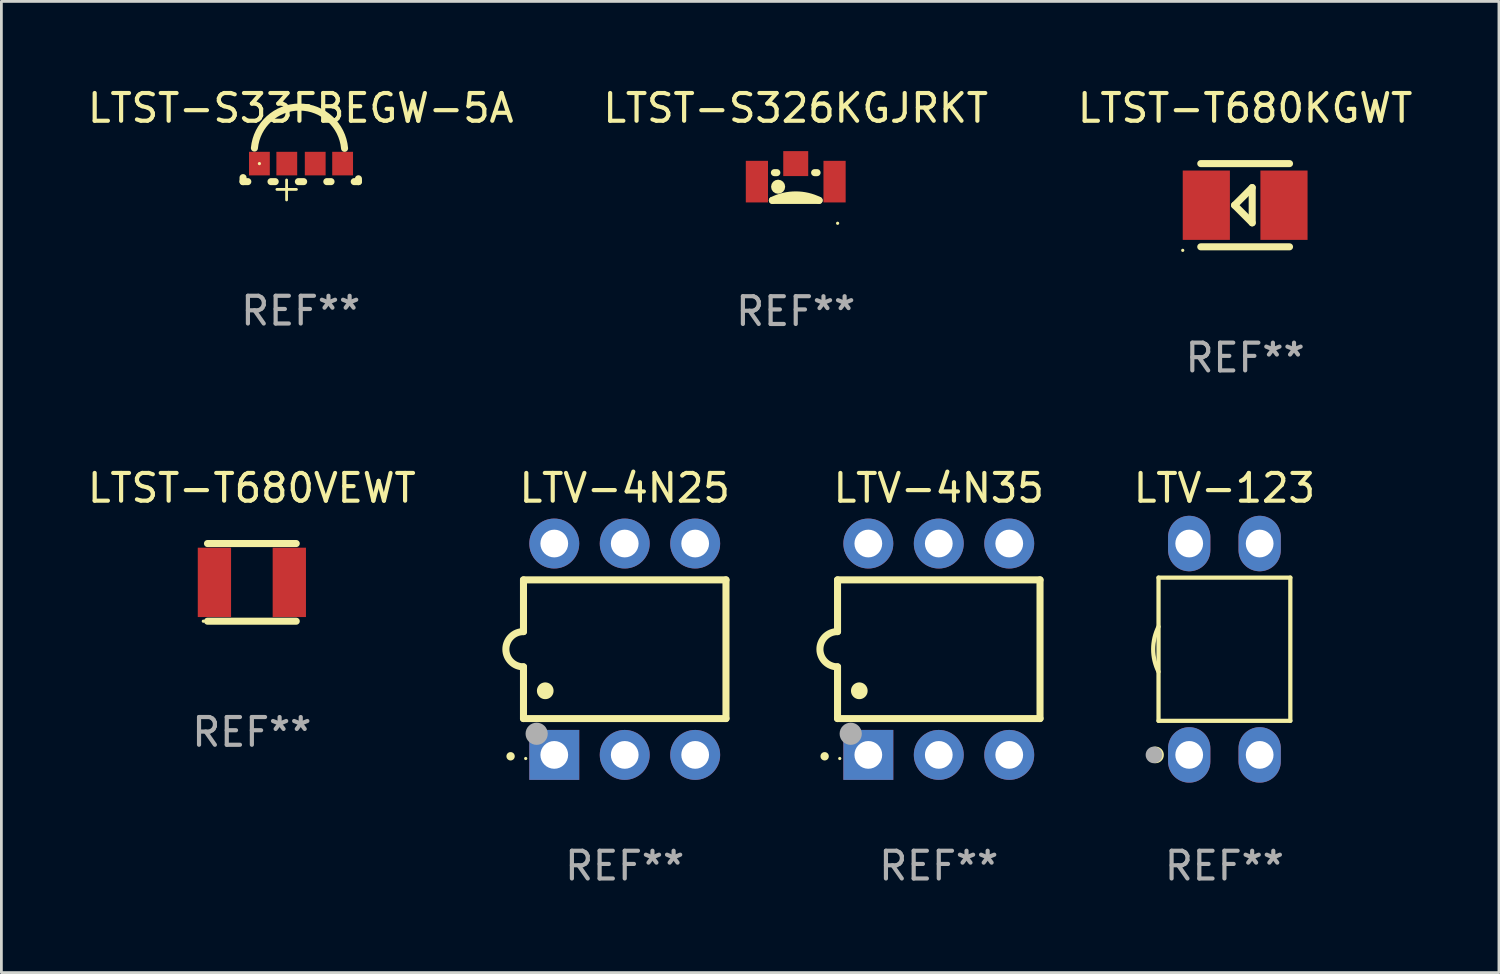
<source format=kicad_pcb>
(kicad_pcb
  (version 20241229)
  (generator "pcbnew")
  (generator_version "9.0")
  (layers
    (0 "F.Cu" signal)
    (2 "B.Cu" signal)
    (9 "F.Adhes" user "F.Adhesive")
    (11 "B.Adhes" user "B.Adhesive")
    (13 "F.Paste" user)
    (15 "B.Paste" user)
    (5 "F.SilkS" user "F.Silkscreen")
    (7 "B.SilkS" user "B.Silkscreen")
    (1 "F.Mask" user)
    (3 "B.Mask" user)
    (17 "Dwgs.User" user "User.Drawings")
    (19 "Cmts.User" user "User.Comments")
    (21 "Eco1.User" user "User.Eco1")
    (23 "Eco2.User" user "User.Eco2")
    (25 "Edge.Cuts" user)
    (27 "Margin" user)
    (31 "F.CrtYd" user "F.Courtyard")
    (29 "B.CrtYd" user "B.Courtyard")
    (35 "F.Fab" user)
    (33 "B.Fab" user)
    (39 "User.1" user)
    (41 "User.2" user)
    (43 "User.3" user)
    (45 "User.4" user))
  (footprint "LTV-4N25"
    (layer "F.Cu")
    (at 19.472 20.355)
    (property "Reference" "LTV-4N25" (at 0 -5.81 0) (layer "F.SilkS") (effects (font (size 1 1) (thickness 0.15))))
    (attr through_hole)
    (fp_line (start -3.65 -2.5) (end 3.65 -2.5) (stroke (width 0.254) (type solid)) (layer "F.SilkS"))
    (fp_line (start -3.65 -0.635) (end -3.65 -2.5) (stroke (width 0.254) (type solid)) (layer "F.SilkS"))
    (fp_line (start -3.65 0.635) (end -3.65 2.5) (stroke (width 0.254) (type solid)) (layer "F.SilkS"))
    (fp_line (start -3.65 2.5) (end 3.65 2.5) (stroke (width 0.254) (type solid)) (layer "F.SilkS"))
    (fp_line (start 3.65 -2.5) (end 3.65 2.5) (stroke (width 0.254) (type solid)) (layer "F.SilkS"))
    (fp_arc (start -4.114808 3.860808) (mid -4.114813 3.859538) (end -4.114808 3.858268) (stroke (width 0.3) (type solid)) (layer "F.SilkS"))
    (fp_arc (start -3.650013 0.635001) (mid -4.285014 0) (end -3.650013 -0.635001) (stroke (width 0.254001) (type solid)) (layer "F.SilkS"))
    (fp_arc (start -2.865405 1.501143) (mid -2.865416 1.498603) (end -2.865405 1.496063) (stroke (width 0.6) (type solid)) (layer "F.SilkS"))
    (fp_circle (center -3.57 3.94) (end -3.54 3.94) (stroke (width 0.06) (type solid)) (fill no) (layer "F.SilkS"))
    (fp_circle (center -3.175 3.048) (end -2.975 3.048) (stroke (width 0.4) (type solid)) (fill no) (layer "F.Fab"))
    (fp_text user "REF**" (at 0 7.81 0) (layer "F.Fab") (effects (font (size 1 1) (thickness 0.15))))
    (pad "1" thru_hole rect (at -2.54 3.81 90) (size 1.8 1.8) (drill 1) (layers "*.Cu" "*.Mask"))
    (pad "2" thru_hole circle (at 0 3.81) (size 1.8 1.8) (drill 1) (layers "*.Cu" "*.Mask"))
    (pad "3" thru_hole circle (at 2.54 3.81) (size 1.8 1.8) (drill 1) (layers "*.Cu" "*.Mask"))
    (pad "4" thru_hole circle (at 2.54 -3.81) (size 1.8 1.8) (drill 1) (layers "*.Cu" "*.Mask"))
    (pad "5" thru_hole circle (at 0 -3.81) (size 1.8 1.8) (drill 1) (layers "*.Cu" "*.Mask"))
    (pad "6" thru_hole circle (at -2.54 -3.81) (size 1.8 1.8) (drill 1) (layers "*.Cu" "*.Mask")))
  (footprint "LTV-4N35"
    (layer "F.Cu")
    (at 30.794 20.355)
    (property "Reference" "LTV-4N35" (at 0 -5.81 0) (layer "F.SilkS") (effects (font (size 1 1) (thickness 0.15))))
    (attr through_hole)
    (fp_line (start -3.65 -2.5) (end 3.65 -2.5) (stroke (width 0.254) (type solid)) (layer "F.SilkS"))
    (fp_line (start -3.65 -0.635) (end -3.65 -2.5) (stroke (width 0.254) (type solid)) (layer "F.SilkS"))
    (fp_line (start -3.65 0.635) (end -3.65 2.5) (stroke (width 0.254) (type solid)) (layer "F.SilkS"))
    (fp_line (start -3.65 2.5) (end 3.65 2.5) (stroke (width 0.254) (type solid)) (layer "F.SilkS"))
    (fp_line (start 3.65 -2.5) (end 3.65 2.5) (stroke (width 0.254) (type solid)) (layer "F.SilkS"))
    (fp_arc (start -4.114808 3.860808) (mid -4.114813 3.859538) (end -4.114808 3.858268) (stroke (width 0.3) (type solid)) (layer "F.SilkS"))
    (fp_arc (start -3.650013 0.635001) (mid -4.285014 0) (end -3.650013 -0.635001) (stroke (width 0.254001) (type solid)) (layer "F.SilkS"))
    (fp_arc (start -2.865405 1.501143) (mid -2.865416 1.498603) (end -2.865405 1.496063) (stroke (width 0.6) (type solid)) (layer "F.SilkS"))
    (fp_circle (center -3.57 3.94) (end -3.54 3.94) (stroke (width 0.06) (type solid)) (fill no) (layer "F.SilkS"))
    (fp_circle (center -3.175 3.048) (end -2.975 3.048) (stroke (width 0.4) (type solid)) (fill no) (layer "F.Fab"))
    (fp_text user "REF**" (at 0 7.81 0) (layer "F.Fab") (effects (font (size 1 1) (thickness 0.15))))
    (pad "1" thru_hole rect (at -2.54 3.81 90) (size 1.8 1.8) (drill 1) (layers "*.Cu" "*.Mask"))
    (pad "2" thru_hole circle (at 0 3.81) (size 1.8 1.8) (drill 1) (layers "*.Cu" "*.Mask"))
    (pad "3" thru_hole circle (at 2.54 3.81) (size 1.8 1.8) (drill 1) (layers "*.Cu" "*.Mask"))
    (pad "4" thru_hole circle (at 2.54 -3.81) (size 1.8 1.8) (drill 1) (layers "*.Cu" "*.Mask"))
    (pad "5" thru_hole circle (at 0 -3.81) (size 1.8 1.8) (drill 1) (layers "*.Cu" "*.Mask"))
    (pad "6" thru_hole circle (at -2.54 -3.81) (size 1.8 1.8) (drill 1) (layers "*.Cu" "*.Mask")))
  (footprint "LTST-T680VEWT"
    (layer "F.Cu")
    (at 6.03 17.945)
    (property "Reference" "LTST-T680VEWT" (at 0 -3.4 0) (layer "F.SilkS") (effects (font (size 1 1) (thickness 0.15))))
    (attr through_hole)
    (fp_line (start -1.6 -1.4) (end 1.6 -1.4) (stroke (width 0.254) (type solid)) (layer "F.SilkS"))
    (fp_line (start -1.6 1.4) (end 1.6 1.4) (stroke (width 0.254) (type solid)) (layer "F.SilkS"))
    (fp_circle (center -1.75 1.4) (end -1.72 1.4) (stroke (width 0.06) (type solid)) (fill no) (layer "F.SilkS"))
    (fp_text user "REF**" (at 0 5.4 0) (layer "F.Fab") (effects (font (size 1 1) (thickness 0.15))))
    (pad "1" smd rect (at -1.35 0) (size 1.2 2.5) (layers "F.Cu" "F.Mask" "F.Paste"))
    (pad "2" smd rect (at 1.35 0) (size 1.2 2.5) (layers "F.Cu" "F.Mask" "F.Paste")))
  (footprint "LTST-S33FBEGW-5A"
    (layer "F.Cu")
    (at 7.792 3.503)
    (property "Reference" "LTST-S33FBEGW-5A" (at 0 -2.655 0) (layer "F.SilkS") (effects (font (size 1 1) (thickness 0.15))))
    (attr through_hole)
    (fp_line (start -2.08 -0.15) (end -2.08 -0.005) (stroke (width 0.254) (type solid)) (layer "F.SilkS"))
    (fp_line (start -2.08 -0.005) (end -1.908 -0.005) (stroke (width 0.254) (type solid)) (layer "F.SilkS"))
    (fp_line (start -1.072 -0.005) (end -0.92 -0.005) (stroke (width 0.254) (type solid)) (layer "F.SilkS"))
    (fp_line (start -0.86 0.275) (end -0.155 0.275) (stroke (width 0.1) (type solid)) (layer "F.SilkS"))
    (fp_line (start -0.51 -0.065) (end -0.51 0.655) (stroke (width 0.1) (type solid)) (layer "F.SilkS"))
    (fp_line (start -0.085 -0.005) (end 0.105 -0.005) (stroke (width 0.254) (type solid)) (layer "F.SilkS"))
    (fp_line (start 0.94 -0.005) (end 1.092 -0.005) (stroke (width 0.254) (type solid)) (layer "F.SilkS"))
    (fp_line (start 1.928 -0.005) (end 2.08 -0.005) (stroke (width 0.254) (type solid)) (layer "F.SilkS"))
    (fp_line (start 2.08 -0.005) (end 2.08 -0.108) (stroke (width 0.254) (type solid)) (layer "F.SilkS"))
    (fp_arc (start -1.670015 -1.214997) (mid -0.040455 -2.692972) (end 1.579997 -1.205017) (stroke (width 0.254001) (type solid)) (layer "F.SilkS"))
    (fp_circle (center -1.49 -0.655) (end -1.46 -0.655) (stroke (width 0.06) (type solid)) (fill no) (layer "F.SilkS"))
    (fp_text user "REF**" (at 0 4.655 0) (layer "F.Fab") (effects (font (size 1 1) (thickness 0.15))))
    (pad "1" smd rect (at -1.49 -0.655) (size 0.75 0.85) (layers "F.Cu" "F.Mask" "F.Paste"))
    (pad "2" smd rect (at -0.503 -0.655) (size 0.75 0.85) (layers "F.Cu" "F.Mask" "F.Paste"))
    (pad "3" smd rect (at 0.522 -0.655) (size 0.75 0.85) (layers "F.Cu" "F.Mask" "F.Paste"))
    (pad "4" smd rect (at 1.51 -0.655) (size 0.75 0.85) (layers "F.Cu" "F.Mask" "F.Paste")))
  (footprint "LTV-123"
    (layer "F.Cu")
    (at 41.092 20.355)
    (property "Reference" "LTV-123" (at 0 -5.81 0) (layer "F.SilkS") (effects (font (size 1 1) (thickness 0.15))))
    (attr through_hole)
    (fp_line (start -2.376 -2.581) (end 2.376 -2.581) (stroke (width 0.152) (type solid)) (layer "F.SilkS"))
    (fp_line (start -2.376 2.581) (end -2.376 -2.581) (stroke (width 0.152) (type solid)) (layer "F.SilkS"))
    (fp_line (start 2.376 -2.581) (end 2.376 2.581) (stroke (width 0.152) (type solid)) (layer "F.SilkS"))
    (fp_line (start 2.376 2.581) (end -2.376 2.581) (stroke (width 0.152) (type solid)) (layer "F.SilkS"))
    (fp_arc (start -2.3762 0.812496) (mid -2.568004 0) (end -2.3762 -0.812497) (stroke (width 0.1524) (type solid)) (layer "F.SilkS"))
    (fp_circle (center -2.484 3.81) (end -2.334 3.81) (stroke (width 0.3) (type solid)) (fill no) (layer "F.SilkS"))
    (fp_circle (center -2.3 3.935) (end -2.27 3.935) (stroke (width 0.06) (type solid)) (fill no) (layer "F.SilkS"))
    (fp_circle (center -2.54 3.81) (end -2.39 3.81) (stroke (width 0.3) (type solid)) (fill no) (layer "F.Fab"))
    (fp_text user "REF**" (at 0 7.81 0) (layer "F.Fab") (effects (font (size 1 1) (thickness 0.15))))
    (pad "1" thru_hole oval (at -1.27 3.81) (size 1.524 2) (drill 1) (layers "*.Cu" "*.Mask"))
    (pad "2" thru_hole oval (at 1.27 3.81) (size 1.524 2) (drill 1) (layers "*.Cu" "*.Mask"))
    (pad "3" thru_hole oval (at 1.27 -3.81) (size 1.524 2) (drill 1) (layers "*.Cu" "*.Mask"))
    (pad "4" thru_hole oval (at -1.27 -3.81) (size 1.524 2) (drill 1) (layers "*.Cu" "*.Mask")))
  (footprint "LTST-S326KGJRKT"
    (layer "F.Cu")
    (at 25.637 3.511)
    (property "Reference" "LTST-S326KGJRKT" (at 0 -2.663 0) (layer "F.SilkS") (effects (font (size 1 1) (thickness 0.15))))
    (attr through_hole)
    (fp_line (start -0.769 -0.337) (end -0.681 -0.337) (stroke (width 0.254) (type solid)) (layer "F.SilkS"))
    (fp_line (start 0.681 -0.337) (end 0.769 -0.337) (stroke (width 0.254) (type solid)) (layer "F.SilkS"))
    (fp_line (start 0.842 0.663) (end -0.842 0.663) (stroke (width 0.254) (type solid)) (layer "F.SilkS"))
    (fp_arc (start -0.842037 0.662522) (mid 0.000458 0.465574) (end 0.842799 0.663182) (stroke (width 0.254001) (type solid)) (layer "F.SilkS"))
    (fp_circle (center -0.635 0.171) (end -0.508 0.171) (stroke (width 0.254) (type solid)) (fill no) (layer "F.SilkS"))
    (fp_circle (center 1.51 1.488) (end 1.54 1.488) (stroke (width 0.06) (type solid)) (fill no) (layer "F.SilkS"))
    (fp_text user "REF**" (at 0 4.663 0) (layer "F.Fab") (effects (font (size 1 1) (thickness 0.15))))
    (pad "1" smd rect (at 1.4 -0.013 270) (size 1.5 0.8) (layers "F.Cu" "F.Mask" "F.Paste"))
    (pad "2" smd rect (at -0.000127 -0.663 270) (size 0.9 0.9) (layers "F.Cu" "F.Mask" "F.Paste"))
    (pad "3" smd rect (at -1.4 -0.013 270) (size 1.5 0.8) (layers "F.Cu" "F.Mask" "F.Paste")))
  (footprint "LTST-T680KGWT"
    (layer "F.Cu")
    (at 41.839 4.348)
    (property "Reference" "LTST-T680KGWT" (at 0 -3.5 0) (layer "F.SilkS") (effects (font (size 1 1) (thickness 0.15))))
    (attr through_hole)
    (fp_line (start -1.6 -1.5) (end 1.6 -1.5) (stroke (width 0.254) (type solid)) (layer "F.SilkS"))
    (fp_line (start -1.6 1.5) (end 1.6 1.5) (stroke (width 0.254) (type solid)) (layer "F.SilkS"))
    (fp_line (start -0.381 0) (end 0.254 0.635) (stroke (width 0.254) (type solid)) (layer "F.SilkS"))
    (fp_line (start 0.254 -0.635) (end -0.381 0) (stroke (width 0.254) (type solid)) (layer "F.SilkS"))
    (fp_line (start 0.254 0.635) (end 0.254 -0.635) (stroke (width 0.254) (type solid)) (layer "F.SilkS"))
    (fp_circle (center -2.25 1.627) (end -2.22 1.627) (stroke (width 0.06) (type solid)) (fill no) (layer "F.SilkS"))
    (fp_text user "REF**" (at 0 5.5 0) (layer "F.Fab") (effects (font (size 1 1) (thickness 0.15))))
    (pad "1" smd rect (at -1.4 0 180) (size 1.7 2.5) (layers "F.Cu" "F.Mask" "F.Paste"))
    (pad "2" smd rect (at 1.4 0 180) (size 1.7 2.5) (layers "F.Cu" "F.Mask" "F.Paste")))
  (gr_rect
    (start -3 -3)
    (end 50.988 32.013)
    (stroke (width 0.1) (type default))
    (fill no)
    (layer "Edge.Cuts")))
</source>
